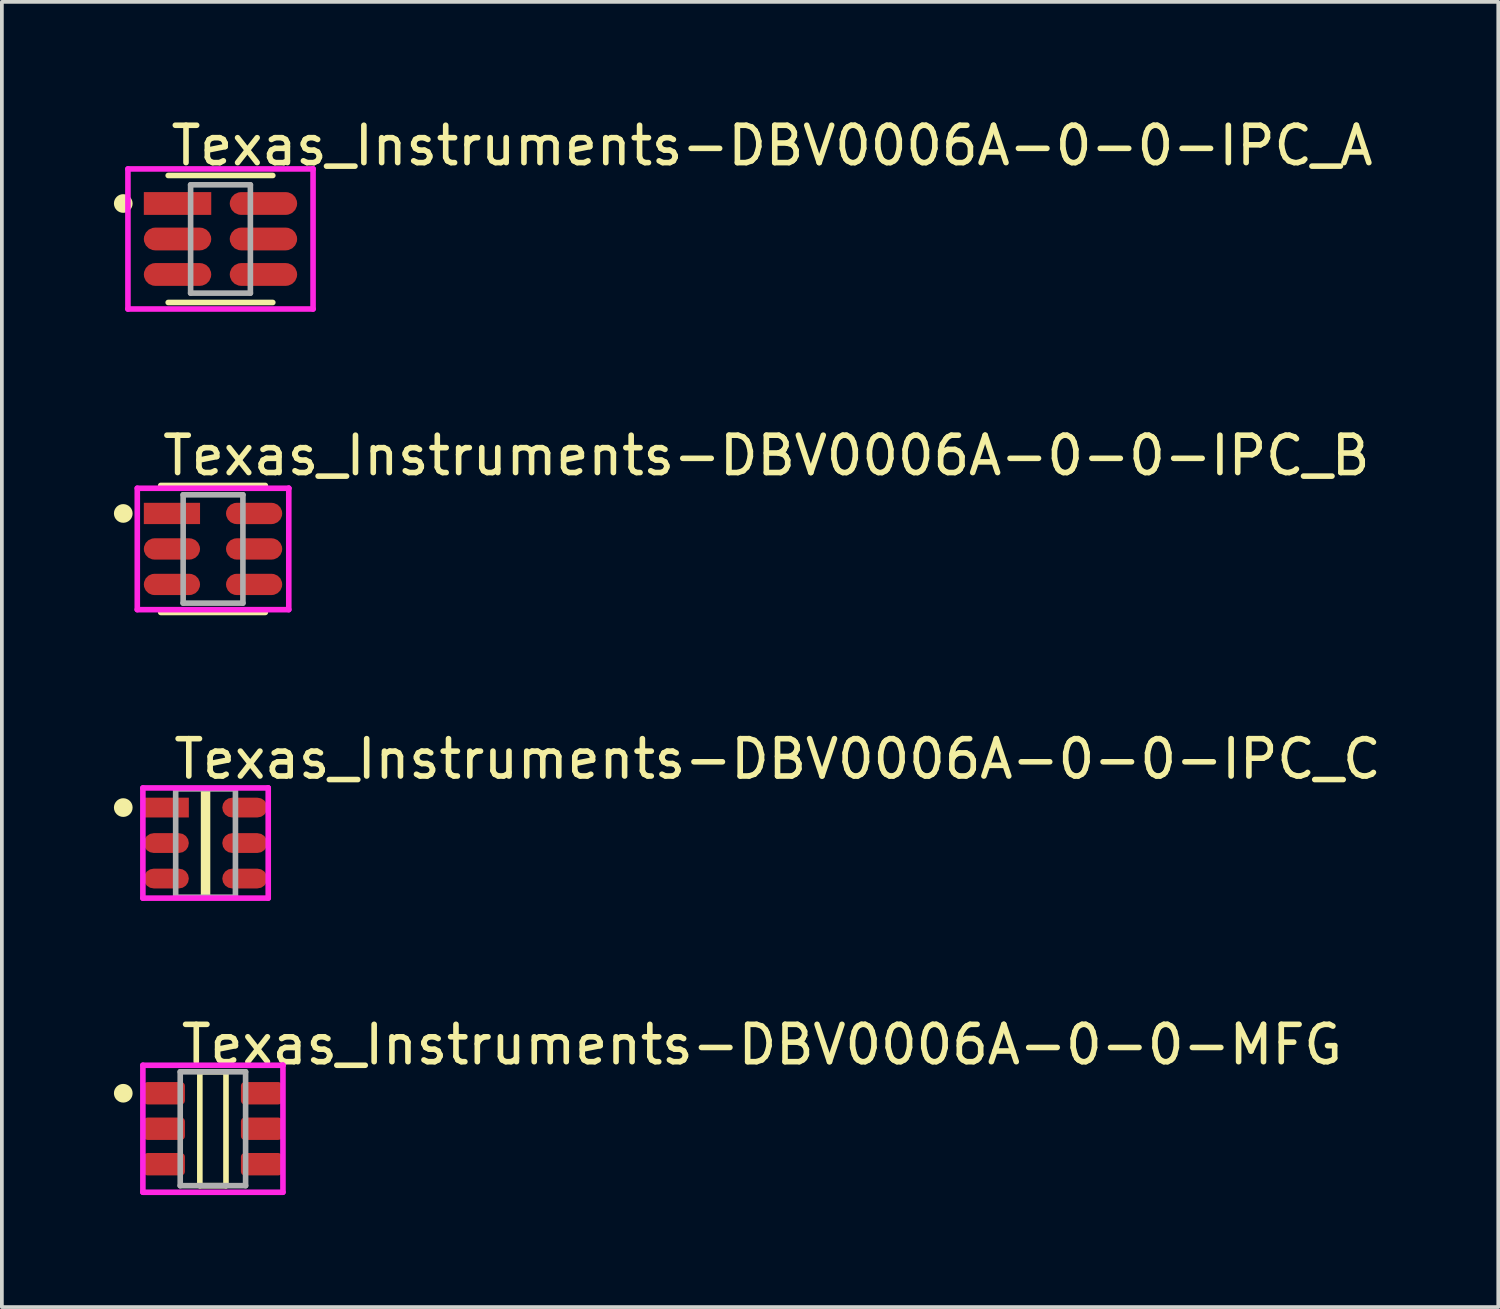
<source format=kicad_pcb>
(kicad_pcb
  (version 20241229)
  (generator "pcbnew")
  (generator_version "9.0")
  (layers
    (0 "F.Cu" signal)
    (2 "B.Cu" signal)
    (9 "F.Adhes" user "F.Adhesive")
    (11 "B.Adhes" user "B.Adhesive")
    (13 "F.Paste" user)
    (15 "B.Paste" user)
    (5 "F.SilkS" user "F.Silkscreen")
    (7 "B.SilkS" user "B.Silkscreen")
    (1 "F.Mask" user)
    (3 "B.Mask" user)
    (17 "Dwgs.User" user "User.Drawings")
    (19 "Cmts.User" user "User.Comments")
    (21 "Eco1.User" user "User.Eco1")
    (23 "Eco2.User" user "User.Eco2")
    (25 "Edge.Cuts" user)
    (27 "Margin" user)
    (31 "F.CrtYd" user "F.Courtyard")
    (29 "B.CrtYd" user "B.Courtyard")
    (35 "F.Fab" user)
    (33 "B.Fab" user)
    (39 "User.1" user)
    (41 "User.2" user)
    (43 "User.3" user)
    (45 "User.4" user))
  (footprint "Texas_Instruments-DBV0006A-0-0-IPC_B"
    (layer "F.Cu")
    (at 2.653 11.646)
    (property "Reference" "Texas_Instruments-DBV0006A-0-0-IPC_B" (at -1.428 -2.5 0) (layer "F.SilkS") (effects (font (size 1 1) (thickness 0.15)) (justify left)))
    (attr through_hole)
    (fp_line (start -1.4 -1.7) (end 1.4 -1.7) (stroke (width 0.15) (type solid)) (layer "F.SilkS"))
    (fp_line (start -1.4 1.7) (end 1.4 1.7) (stroke (width 0.15) (type solid)) (layer "F.SilkS"))
    (fp_circle (center -2.403 -0.95) (end -2.278 -0.95) (stroke (width 0.25) (type solid)) (fill no) (layer "F.SilkS"))
    (fp_line (start -2.028 -1.625) (end -2.028 1.625) (stroke (width 0.15) (type solid)) (layer "F.CrtYd"))
    (fp_line (start -2.028 1.625) (end 2.028 1.625) (stroke (width 0.15) (type solid)) (layer "F.CrtYd"))
    (fp_line (start 2.028 -1.625) (end -2.028 -1.625) (stroke (width 0.15) (type solid)) (layer "F.CrtYd"))
    (fp_line (start 2.028 -1.625) (end 2.028 -1.625) (stroke (width 0.15) (type solid)) (layer "F.CrtYd"))
    (fp_line (start 2.028 1.625) (end 2.028 -1.625) (stroke (width 0.15) (type solid)) (layer "F.CrtYd"))
    (fp_line (start -0.8 -1.45) (end 0.8 -1.45) (stroke (width 0.15) (type solid)) (layer "F.Fab"))
    (fp_line (start -0.8 1.45) (end -0.8 -1.45) (stroke (width 0.15) (type solid)) (layer "F.Fab"))
    (fp_line (start 0.8 -1.45) (end 0.8 1.45) (stroke (width 0.15) (type solid)) (layer "F.Fab"))
    (fp_line (start 0.8 1.45) (end -0.8 1.45) (stroke (width 0.15) (type solid)) (layer "F.Fab"))
    (pad "1" smd rect (at -1.1 -0.95) (size 1.505 0.57) (layers "F.Cu" "F.Mask" "F.Paste"))
    (pad "2" smd roundrect (at -1.1 0.000001) (size 1.505 0.57) (layers "F.Cu" "F.Mask" "F.Paste") (roundrect_rratio 0.5))
    (pad "3" smd roundrect (at -1.1 0.95) (size 1.505 0.57) (layers "F.Cu" "F.Mask" "F.Paste") (roundrect_rratio 0.5))
    (pad "4" smd roundrect (at 1.1 0.95) (size 1.505 0.57) (layers "F.Cu" "F.Mask" "F.Paste") (roundrect_rratio 0.5))
    (pad "5" smd roundrect (at 1.1 0.000001) (size 1.505 0.57) (layers "F.Cu" "F.Mask" "F.Paste") (roundrect_rratio 0.5))
    (pad "6" smd roundrect (at 1.1 -0.95) (size 1.505 0.57) (layers "F.Cu" "F.Mask" "F.Paste") (roundrect_rratio 0.5)))
  (footprint "Texas_Instruments-DBV0006A-0-0-IPC_A"
    (layer "F.Cu")
    (at 2.853 3.348)
    (property "Reference" "Texas_Instruments-DBV0006A-0-0-IPC_A" (at -1.403 -2.5 0) (layer "F.SilkS") (effects (font (size 1 1) (thickness 0.15)) (justify left)))
    (attr through_hole)
    (fp_line (start -1.4 -1.7) (end 1.4 -1.7) (stroke (width 0.15) (type solid)) (layer "F.SilkS"))
    (fp_line (start -1.4 1.7) (end 1.4 1.7) (stroke (width 0.15) (type solid)) (layer "F.SilkS"))
    (fp_circle (center -2.603 -0.95) (end -2.478 -0.95) (stroke (width 0.25) (type solid)) (fill no) (layer "F.SilkS"))
    (fp_line (start -2.478 -1.875) (end -2.478 1.875) (stroke (width 0.15) (type solid)) (layer "F.CrtYd"))
    (fp_line (start -2.478 1.875) (end 2.478 1.875) (stroke (width 0.15) (type solid)) (layer "F.CrtYd"))
    (fp_line (start 2.478 -1.875) (end -2.478 -1.875) (stroke (width 0.15) (type solid)) (layer "F.CrtYd"))
    (fp_line (start 2.478 -1.875) (end 2.478 -1.875) (stroke (width 0.15) (type solid)) (layer "F.CrtYd"))
    (fp_line (start 2.478 1.875) (end 2.478 -1.875) (stroke (width 0.15) (type solid)) (layer "F.CrtYd"))
    (fp_line (start -0.8 -1.45) (end 0.8 -1.45) (stroke (width 0.15) (type solid)) (layer "F.Fab"))
    (fp_line (start -0.8 1.45) (end -0.8 -1.45) (stroke (width 0.15) (type solid)) (layer "F.Fab"))
    (fp_line (start 0.8 -1.45) (end 0.8 1.45) (stroke (width 0.15) (type solid)) (layer "F.Fab"))
    (fp_line (start 0.8 1.45) (end -0.8 1.45) (stroke (width 0.15) (type solid)) (layer "F.Fab"))
    (pad "1" smd rect (at -1.15 -0.95) (size 1.805 0.61) (layers "F.Cu" "F.Mask" "F.Paste"))
    (pad "2" smd roundrect (at -1.15 0.000001) (size 1.805 0.61) (layers "F.Cu" "F.Mask" "F.Paste") (roundrect_rratio 0.5))
    (pad "3" smd roundrect (at -1.15 0.95) (size 1.805 0.61) (layers "F.Cu" "F.Mask" "F.Paste") (roundrect_rratio 0.5))
    (pad "4" smd roundrect (at 1.15 0.95) (size 1.805 0.61) (layers "F.Cu" "F.Mask" "F.Paste") (roundrect_rratio 0.5))
    (pad "5" smd roundrect (at 1.15 0.000001) (size 1.805 0.61) (layers "F.Cu" "F.Mask" "F.Paste") (roundrect_rratio 0.5))
    (pad "6" smd roundrect (at 1.15 -0.95) (size 1.805 0.61) (layers "F.Cu" "F.Mask" "F.Paste") (roundrect_rratio 0.5)))
  (footprint "Texas_Instruments-DBV0006A-0-0-MFG"
    (layer "F.Cu")
    (at 2.65 27.168)
    (property "Reference" "Texas_Instruments-DBV0006A-0-0-MFG" (at -0.925 -2.25 0) (layer "F.SilkS") (effects (font (size 1 1) (thickness 0.15)) (justify left)))
    (attr through_hole)
    (fp_line (start -0.35 -1.525) (end 0.35 -1.525) (stroke (width 0.15) (type solid)) (layer "F.SilkS"))
    (fp_line (start -0.35 1.525) (end -0.35 -1.525) (stroke (width 0.15) (type solid)) (layer "F.SilkS"))
    (fp_line (start -0.35 1.525) (end 0.35 1.525) (stroke (width 0.15) (type solid)) (layer "F.SilkS"))
    (fp_line (start 0.35 1.525) (end 0.35 -1.525) (stroke (width 0.15) (type solid)) (layer "F.SilkS"))
    (fp_circle (center -2.4 -0.95) (end -2.275 -0.95) (stroke (width 0.25) (type solid)) (fill no) (layer "F.SilkS"))
    (fp_line (start -1.875 -1.7) (end -1.875 1.7) (stroke (width 0.15) (type solid)) (layer "F.CrtYd"))
    (fp_line (start -1.875 1.7) (end 1.875 1.7) (stroke (width 0.15) (type solid)) (layer "F.CrtYd"))
    (fp_line (start 1.875 -1.7) (end -1.875 -1.7) (stroke (width 0.15) (type solid)) (layer "F.CrtYd"))
    (fp_line (start 1.875 -1.7) (end 1.875 -1.7) (stroke (width 0.15) (type solid)) (layer "F.CrtYd"))
    (fp_line (start 1.875 1.7) (end 1.875 -1.7) (stroke (width 0.15) (type solid)) (layer "F.CrtYd"))
    (fp_line (start -0.875 -1.525) (end 0.875 -1.525) (stroke (width 0.15) (type solid)) (layer "F.Fab"))
    (fp_line (start -0.875 1.525) (end -0.875 -1.525) (stroke (width 0.15) (type solid)) (layer "F.Fab"))
    (fp_line (start 0.875 -1.525) (end 0.875 1.525) (stroke (width 0.15) (type solid)) (layer "F.Fab"))
    (fp_line (start 0.875 1.525) (end -0.875 1.525) (stroke (width 0.15) (type solid)) (layer "F.Fab"))
    (pad "1" smd roundrect (at -1.3 -0.95) (size 1.1 0.6) (layers "F.Cu" "F.Mask" "F.Paste") (roundrect_rratio 0.167))
    (pad "2" smd roundrect (at -1.3 0) (size 1.1 0.6) (layers "F.Cu" "F.Mask" "F.Paste") (roundrect_rratio 0.167))
    (pad "3" smd roundrect (at -1.3 0.95) (size 1.1 0.6) (layers "F.Cu" "F.Mask" "F.Paste") (roundrect_rratio 0.167))
    (pad "4" smd roundrect (at 1.3 0.95) (size 1.1 0.6) (layers "F.Cu" "F.Mask" "F.Paste") (roundrect_rratio 0.167))
    (pad "5" smd roundrect (at 1.3 0) (size 1.1 0.6) (layers "F.Cu" "F.Mask" "F.Paste") (roundrect_rratio 0.167))
    (pad "6" smd roundrect (at 1.3 -0.95) (size 1.1 0.6) (layers "F.Cu" "F.Mask" "F.Paste") (roundrect_rratio 0.167)))
  (footprint "Texas_Instruments-DBV0006A-0-0-IPC_C"
    (layer "F.Cu")
    (at 2.453 19.52)
    (property "Reference" "Texas_Instruments-DBV0006A-0-0-IPC_C" (at -0.928 -2.25 0) (layer "F.SilkS") (effects (font (size 1 1) (thickness 0.15)) (justify left)))
    (attr through_hole)
    (fp_line (start -0.052 -1.45) (end -0.052 1.45) (stroke (width 0.15) (type solid)) (layer "F.SilkS"))
    (fp_line (start -0.052 1.45) (end 0.052 1.45) (stroke (width 0.15) (type solid)) (layer "F.SilkS"))
    (fp_line (start 0.052 -1.45) (end -0.052 -1.45) (stroke (width 0.15) (type solid)) (layer "F.SilkS"))
    (fp_line (start 0.052 1.45) (end 0.052 -1.45) (stroke (width 0.15) (type solid)) (layer "F.SilkS"))
    (fp_circle (center -2.203 -0.95) (end -2.078 -0.95) (stroke (width 0.25) (type solid)) (fill no) (layer "F.SilkS"))
    (fp_line (start -1.678 -1.475) (end -1.678 1.475) (stroke (width 0.15) (type solid)) (layer "F.CrtYd"))
    (fp_line (start -1.678 1.475) (end 1.678 1.475) (stroke (width 0.15) (type solid)) (layer "F.CrtYd"))
    (fp_line (start 1.678 -1.475) (end -1.678 -1.475) (stroke (width 0.15) (type solid)) (layer "F.CrtYd"))
    (fp_line (start 1.678 -1.475) (end 1.678 -1.475) (stroke (width 0.15) (type solid)) (layer "F.CrtYd"))
    (fp_line (start 1.678 1.475) (end 1.678 -1.475) (stroke (width 0.15) (type solid)) (layer "F.CrtYd"))
    (fp_line (start -0.8 -1.45) (end 0.8 -1.45) (stroke (width 0.15) (type solid)) (layer "F.Fab"))
    (fp_line (start -0.8 1.45) (end -0.8 -1.45) (stroke (width 0.15) (type solid)) (layer "F.Fab"))
    (fp_line (start 0.8 -1.45) (end 0.8 1.45) (stroke (width 0.15) (type solid)) (layer "F.Fab"))
    (fp_line (start 0.8 1.45) (end -0.8 1.45) (stroke (width 0.15) (type solid)) (layer "F.Fab"))
    (pad "1" smd rect (at -1.05 -0.95) (size 1.205 0.53) (layers "F.Cu" "F.Mask" "F.Paste"))
    (pad "2" smd roundrect (at -1.05 0.000001) (size 1.205 0.53) (layers "F.Cu" "F.Mask" "F.Paste") (roundrect_rratio 0.5))
    (pad "3" smd roundrect (at -1.05 0.95) (size 1.205 0.53) (layers "F.Cu" "F.Mask" "F.Paste") (roundrect_rratio 0.5))
    (pad "4" smd roundrect (at 1.05 0.95) (size 1.205 0.53) (layers "F.Cu" "F.Mask" "F.Paste") (roundrect_rratio 0.5))
    (pad "5" smd roundrect (at 1.05 0.000001) (size 1.205 0.53) (layers "F.Cu" "F.Mask" "F.Paste") (roundrect_rratio 0.5))
    (pad "6" smd roundrect (at 1.05 -0.95) (size 1.205 0.53) (layers "F.Cu" "F.Mask" "F.Paste") (roundrect_rratio 0.5)))
  (gr_rect
    (start -3 -3)
    (end 37.061 31.943)
    (stroke (width 0.1) (type default))
    (fill no)
    (layer "Edge.Cuts")))
</source>
